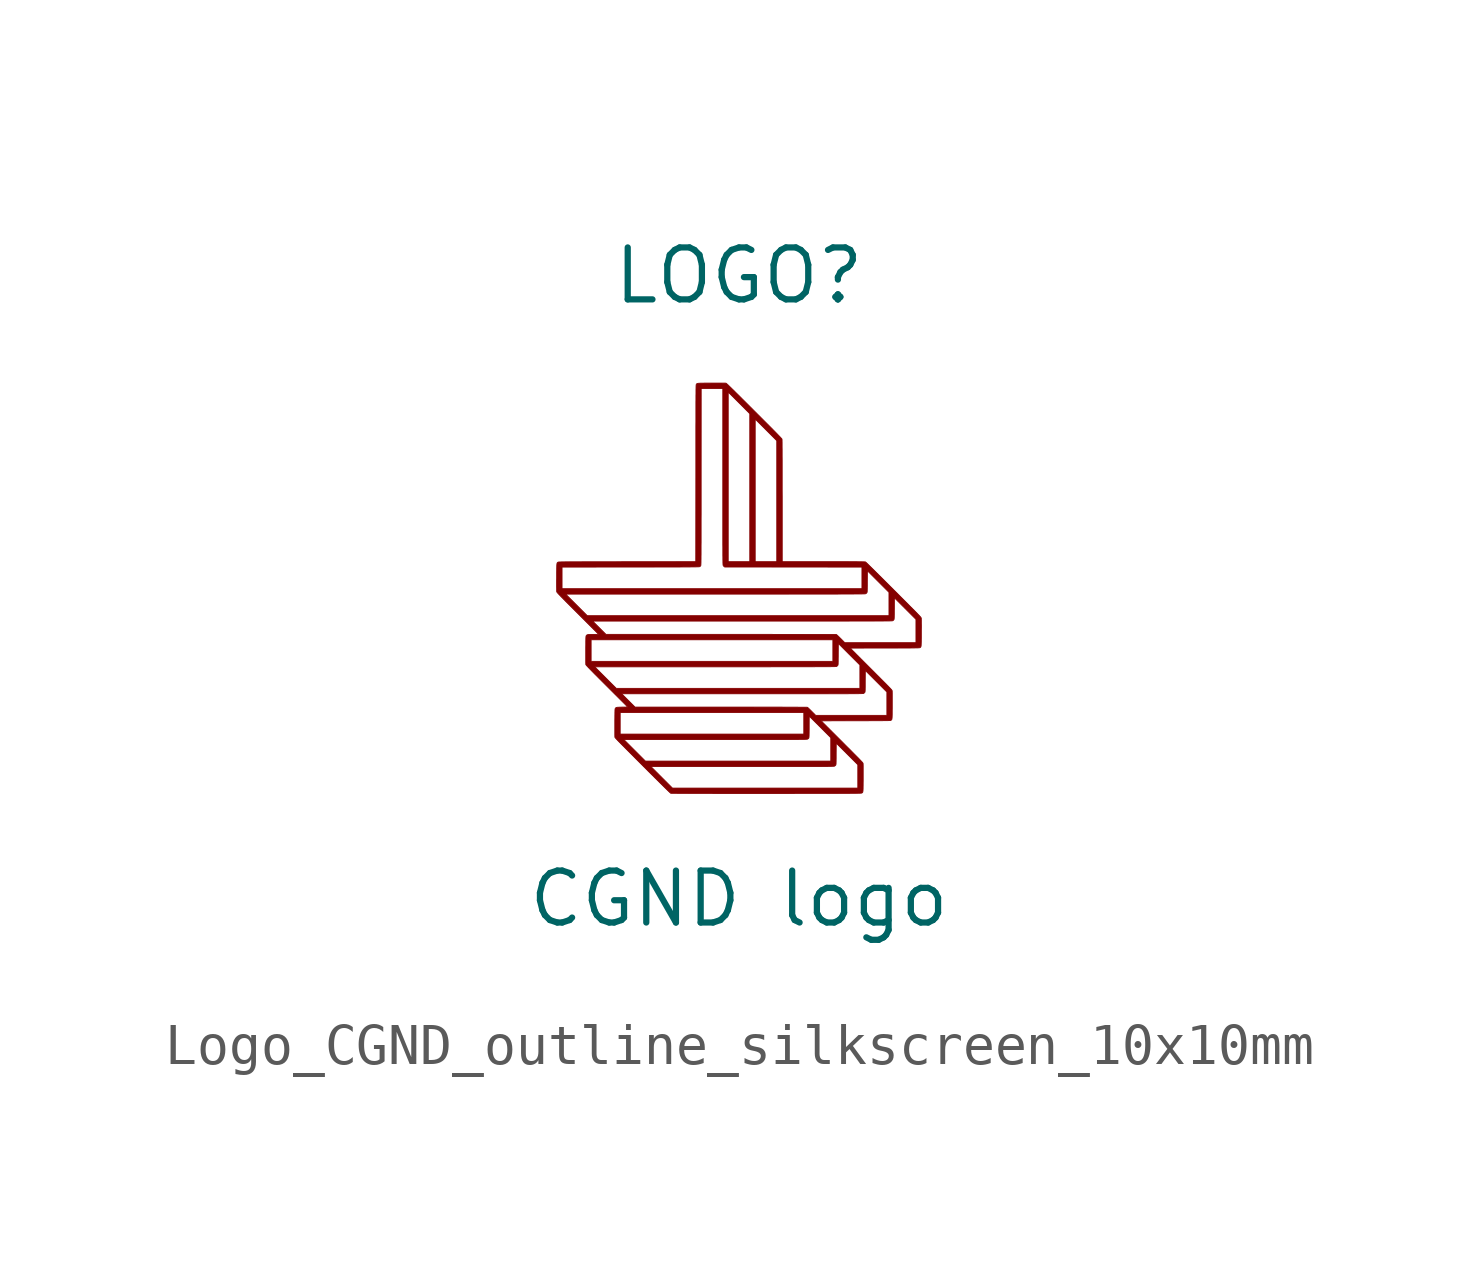
<source format=kicad_sym>
(kicad_symbol_lib
  (version 20231120)
  (generator "kicad_symbol_editor")
  (generator_version "8.0")
  (symbol "Logo_CGND_outline_silkscreen_10x10mm"
    (pin_names
      (offset 1.016))
    (property "Reference" "LOGO"
      (at 0 7.62 0)
      (effects (font (size 1.27 1.27))))
    (property "Value" "CGND logo"
      (at 0 -7.62 0)
      (effects (font (size 1.27 1.27))))
    (symbol "Logo_CGND_outline_silkscreen_10x10mm_0_0"
      (polyline (pts (xy 0.342 -5.043) (xy 0.503 -5.043) (xy 0.668 -5.043) (xy 0.701 -5.043) (xy 0.883 -5.043) (xy 1.055 -5.043) (xy 1.217 -5.043) (xy 1.37 -5.042) (xy 1.514 -5.042) (xy 1.649 -5.042) (xy 1.775 -5.042) (xy 1.894 -5.042) (xy 2.005 -5.042) (xy 2.107 -5.042) (xy 2.203 -5.042) (xy 2.292 -5.042) (xy 2.373 -5.042) (xy 2.448 -5.041) (xy 2.517 -5.041) (xy 2.58 -5.041) (xy 2.637 -5.041) (xy 2.689 -5.041) (xy 2.736 -5.04) (xy 2.777 -5.04) (xy 2.815 -5.04) (xy 2.847 -5.04) (xy 2.876 -5.039) (xy 2.901 -5.039) (xy 2.922 -5.038) (xy 2.941 -5.038) (xy 2.956 -5.038) (xy 2.968 -5.037) (xy 2.978 -5.037) (xy 2.986 -5.036) (xy 2.992 -5.035) (xy 2.997 -5.035) (xy 3 -5.034) (xy 3.002 -5.034) (xy 3.004 -5.033) (xy 3.004 -5.033) (xy 3.01 -5.029) (xy 3.015 -5.025) (xy 3.02 -5.021) (xy 3.024 -5.016) (xy 3.027 -5.009) (xy 3.029 -4.999) (xy 3.031 -4.986) (xy 3.033 -4.968) (xy 3.034 -4.946) (xy 3.035 -4.918) (xy 3.035 -4.883) (xy 3.036 -4.842) (xy 3.036 -4.792) (xy 3.037 -4.734) (xy 3.037 -4.666) (xy 3.037 -4.649) (xy 3.037 -4.592) (xy 3.037 -4.537) (xy 3.037 -4.487) (xy 3.037 -4.441) (xy 3.037 -4.401) (xy 3.037 -4.367) (xy 3.036 -4.34) (xy 3.036 -4.322) (xy 3.035 -4.313) (xy 3.035 -4.312) (xy 3.034 -4.309) (xy 3.033 -4.305) (xy 3.031 -4.301) (xy 3.028 -4.296) (xy 3.023 -4.289) (xy 3.016 -4.281) (xy 3.007 -4.27) (xy 2.995 -4.257) (xy 2.98 -4.242) (xy 2.962 -4.223) (xy 2.94 -4.2) (xy 2.915 -4.174) (xy 2.884 -4.143) (xy 2.849 -4.108) (xy 2.809 -4.068) (xy 2.764 -4.022) (xy 2.713 -3.97) (xy 2.655 -3.913) (xy 2.591 -3.849) (xy 2.521 -3.778) (xy 2.009 -3.267) (xy 2.855 -3.265) (xy 2.86 -3.265) (xy 2.969 -3.265) (xy 3.067 -3.265) (xy 3.157 -3.265) (xy 3.238 -3.264) (xy 3.31 -3.264) (xy 3.374 -3.264) (xy 3.432 -3.264) (xy 3.482 -3.264) (xy 3.526 -3.263) (xy 3.563 -3.263) (xy 3.596 -3.263) (xy 3.623 -3.262) (xy 3.646 -3.262) (xy 3.664 -3.261) (xy 3.679 -3.26) (xy 3.69 -3.26) (xy 3.699 -3.259) (xy 3.705 -3.258) (xy 3.71 -3.257) (xy 3.713 -3.256) (xy 3.715 -3.255) (xy 3.715 -3.255) (xy 3.721 -3.251) (xy 3.727 -3.247) (xy 3.731 -3.243) (xy 3.735 -3.238) (xy 3.738 -3.231) (xy 3.74 -3.221) (xy 3.742 -3.208) (xy 3.744 -3.19) (xy 3.745 -3.168) (xy 3.746 -3.14) (xy 3.747 -3.105) (xy 3.747 -3.064) (xy 3.747 -3.014) (xy 3.748 -2.956) (xy 3.748 -2.888) (xy 3.748 -2.871) (xy 3.748 -2.814) (xy 3.748 -2.759) (xy 3.748 -2.709) (xy 3.748 -2.663) (xy 3.748 -2.623) (xy 3.748 -2.589) (xy 3.747 -2.562) (xy 3.747 -2.544) (xy 3.746 -2.535) (xy 3.746 -2.534) (xy 3.746 -2.531) (xy 3.744 -2.527) (xy 3.742 -2.523) (xy 3.739 -2.518) (xy 3.734 -2.511) (xy 3.727 -2.503) (xy 3.718 -2.492) (xy 3.706 -2.479) (xy 3.692 -2.464) (xy 3.673 -2.445) (xy 3.652 -2.422) (xy 3.626 -2.396) (xy 3.596 -2.365) (xy 3.561 -2.33) (xy 3.521 -2.29) (xy 3.475 -2.244) (xy 3.424 -2.192) (xy 3.366 -2.135) (xy 3.303 -2.071) (xy 3.232 -2) (xy 2.72 -1.488) (xy 3.566 -1.487) (xy 3.572 -1.487) (xy 3.68 -1.487) (xy 3.779 -1.487) (xy 3.868 -1.487) (xy 3.949 -1.486) (xy 4.021 -1.486) (xy 4.086 -1.486) (xy 4.143 -1.486) (xy 4.193 -1.486) (xy 4.237 -1.485) (xy 4.275 -1.485) (xy 4.307 -1.484) (xy 4.334 -1.484) (xy 4.357 -1.484) (xy 4.375 -1.483) (xy 4.39 -1.482) (xy 4.401 -1.482) (xy 4.41 -1.481) (xy 4.416 -1.48) (xy 4.421 -1.479) (xy 4.424 -1.478) (xy 4.426 -1.477) (xy 4.426 -1.477) (xy 4.433 -1.473) (xy 4.438 -1.469) (xy 4.442 -1.465) (xy 4.446 -1.46) (xy 4.449 -1.453) (xy 4.452 -1.443) (xy 4.454 -1.43) (xy 4.455 -1.412) (xy 4.456 -1.39) (xy 4.457 -1.362) (xy 4.458 -1.327) (xy 4.458 -1.286) (xy 4.459 -1.236) (xy 4.459 -1.178) (xy 4.459 -1.11) (xy 4.459 -1.093) (xy 4.459 -1.036) (xy 4.46 -0.981) (xy 4.46 -0.931) (xy 4.459 -0.885) (xy 4.459 -0.845) (xy 4.459 -0.811) (xy 4.458 -0.784) (xy 4.458 -0.766) (xy 4.458 -0.757) (xy 4.457 -0.756) (xy 4.457 -0.753) (xy 4.456 -0.75) (xy 4.454 -0.746) (xy 4.451 -0.742) (xy 4.447 -0.736) (xy 4.441 -0.728) (xy 4.433 -0.719) (xy 4.422 -0.707) (xy 4.409 -0.693) (xy 4.394 -0.677) (xy 4.374 -0.657) (xy 4.352 -0.633) (xy 4.325 -0.606) (xy 4.295 -0.575) (xy 4.26 -0.54) (xy 4.22 -0.5) (xy 4.175 -0.455) (xy 4.125 -0.404) (xy 4.069 -0.348) (xy 4.007 -0.286) (xy 3.939 -0.218) (xy 3.865 -0.143) (xy 3.783 -0.062) (xy 3.772 -0.05) (xy 3.695 0.026) (xy 3.622 0.099) (xy 3.553 0.168) (xy 3.487 0.234) (xy 3.425 0.295) (xy 3.368 0.352) (xy 3.316 0.404) (xy 3.268 0.451) (xy 3.225 0.493) (xy 3.188 0.529) (xy 3.157 0.56) (xy 3.132 0.584) (xy 3.113 0.602) (xy 3.1 0.613) (xy 3.095 0.618) (xy 3.094 0.618) (xy 3.091 0.619) (xy 3.084 0.62) (xy 3.075 0.62) (xy 3.062 0.621) (xy 3.045 0.622) (xy 3.024 0.622) (xy 2.999 0.623) (xy 2.968 0.623) (xy 2.932 0.623) (xy 2.89 0.624) (xy 2.843 0.624) (xy 2.788 0.624) (xy 2.727 0.624) (xy 2.658 0.625) (xy 2.581 0.625) (xy 2.497 0.625) (xy 2.403 0.625) (xy 2.301 0.625) (xy 2.189 0.625) (xy 2.068 0.625) (xy 1.057 0.625) (xy 1.057 2.115) (xy 1.057 2.223) (xy 1.056 2.375) (xy 1.056 2.52) (xy 1.056 2.656) (xy 1.056 2.784) (xy 1.056 2.903) (xy 1.056 3.014) (xy 1.056 3.115) (xy 1.055 3.208) (xy 1.055 3.292) (xy 1.055 3.367) (xy 1.054 3.432) (xy 1.054 3.488) (xy 1.054 3.534) (xy 1.053 3.571) (xy 1.053 3.598) (xy 1.052 3.615) (xy 1.052 3.622) (xy 1.051 3.623) (xy 1.049 3.627) (xy 1.044 3.633) (xy 1.036 3.643) (xy 1.024 3.655) (xy 1.009 3.672) (xy 0.99 3.691) (xy 0.967 3.715) (xy 0.94 3.743) (xy 0.908 3.776) (xy 0.872 3.813) (xy 0.83 3.855) (xy 0.783 3.903) (xy 0.73 3.956) (xy 0.671 4.015) (xy 0.606 4.08) (xy 0.535 4.151) (xy 0.457 4.229) (xy 0.372 4.314) (xy 0.352 4.334) (xy 0.271 4.415) (xy 0.196 4.49) (xy 0.128 4.558) (xy 0.066 4.619) (xy 0.011 4.675) (xy -0.04 4.725) (xy -0.085 4.769) (xy -0.124 4.809) (xy -0.16 4.843) (xy -0.19 4.873) (xy -0.217 4.899) (xy -0.24 4.921) (xy -0.259 4.94) (xy -0.275 4.955) (xy -0.288 4.967) (xy -0.299 4.976) (xy -0.307 4.983) (xy -0.313 4.987) (xy -0.317 4.99) (xy -0.32 4.991) (xy -0.322 4.991) (xy -0.334 4.992) (xy -0.354 4.992) (xy -0.383 4.992) (xy -0.419 4.993) (xy -0.461 4.993) (xy -0.508 4.993) (xy -0.56 4.993) (xy -0.615 4.993) (xy -0.673 4.993) (xy -0.685 4.993) (xy -0.752 4.992) (xy -0.809 4.992) (xy -0.858 4.992) (xy -0.899 4.991) (xy -0.933 4.991) (xy -0.96 4.99) (xy -0.982 4.989) (xy -0.999 4.987) (xy -1.012 4.985) (xy -1.022 4.982) (xy -1.029 4.979) (xy -1.034 4.975) (xy -1.038 4.971) (xy -1.041 4.966) (xy -1.045 4.96) (xy -1.046 4.958) (xy -1.047 4.956) (xy -1.047 4.953) (xy -1.048 4.949) (xy -1.048 4.942) (xy -1.049 4.934) (xy -1.05 4.924) (xy -1.05 4.912) (xy -1.05 4.896) (xy -1.051 4.878) (xy -1.051 4.856) (xy -1.052 4.831) (xy -1.052 4.802) (xy -1.052 4.768) (xy -1.052 4.73) (xy -1.053 4.688) (xy -1.053 4.64) (xy -1.053 4.587) (xy -1.054 4.529) (xy -1.054 4.464) (xy -1.054 4.394) (xy -1.054 4.317) (xy -1.054 4.233) (xy -1.054 4.142) (xy -1.054 4.044) (xy -1.055 3.938) (xy -1.055 3.825) (xy -1.055 3.703) (xy -1.055 3.573) (xy -1.055 3.434) (xy -1.055 3.286) (xy -1.055 3.129) (xy -1.055 2.962) (xy -1.055 2.785) (xy -1.057 0.625) (xy -2.735 0.624) (xy -2.866 0.624) (xy -3.013 0.623) (xy -3.15 0.623) (xy -3.278 0.623) (xy -3.397 0.623) (xy -3.508 0.623) (xy -3.61 0.623) (xy -3.704 0.623) (xy -3.791 0.623) (xy -3.87 0.622) (xy -3.943 0.622) (xy -4.009 0.622) (xy -4.068 0.622) (xy -4.122 0.622) (xy -4.169 0.621) (xy -4.212 0.621) (xy -4.249 0.621) (xy -4.282 0.62) (xy -4.31 0.62) (xy -4.335 0.62) (xy -4.355 0.619) (xy -4.372 0.619) (xy -4.386 0.618) (xy -4.398 0.618) (xy -4.407 0.617) (xy -4.414 0.616) (xy -4.419 0.616) (xy -4.422 0.615) (xy -4.425 0.614) (xy -4.426 0.613) (xy -4.427 0.613) (xy -4.433 0.609) (xy -4.438 0.605) (xy -4.443 0.601) (xy -4.446 0.596) (xy -4.449 0.589) (xy -4.452 0.579) (xy -4.454 0.565) (xy -4.455 0.547) (xy -4.457 0.524) (xy -4.457 0.496) (xy -4.458 0.461) (xy -4.458 0.419) (xy -4.459 0.368) (xy -4.459 0.31) (xy -4.459 0.242) (xy -4.459 0.229) (xy -4.328 0.229) (xy -4.328 0.493) (xy -2.65 0.494) (xy -2.519 0.494) (xy -2.372 0.494) (xy -2.235 0.494) (xy -2.107 0.494) (xy -1.988 0.495) (xy -1.877 0.495) (xy -1.775 0.495) (xy -1.681 0.495) (xy -1.594 0.495) (xy -1.515 0.495) (xy -1.442 0.495) (xy -1.376 0.496) (xy -1.317 0.496) (xy -1.263 0.496) (xy -1.216 0.496) (xy -1.173 0.497) (xy -1.136 0.497) (xy -1.103 0.497) (xy -1.075 0.498) (xy -1.05 0.498) (xy -1.03 0.499) (xy -1.012 0.499) (xy -0.998 0.499) (xy -0.987 0.5) (xy -0.978 0.501) (xy -0.971 0.501) (xy -0.966 0.502) (xy -0.963 0.503) (xy -0.96 0.503) (xy -0.959 0.504) (xy -0.947 0.514) (xy -0.936 0.527) (xy -0.935 0.528) (xy -0.935 0.53) (xy -0.934 0.533) (xy -0.933 0.538) (xy -0.933 0.544) (xy -0.932 0.552) (xy -0.932 0.562) (xy -0.931 0.575) (xy -0.931 0.59) (xy -0.93 0.609) (xy -0.93 0.63) (xy -0.93 0.656) (xy -0.929 0.685) (xy -0.929 0.718) (xy -0.929 0.756) (xy -0.928 0.799) (xy -0.928 0.846) (xy -0.928 0.899) (xy -0.928 0.958) (xy -0.928 1.022) (xy -0.927 1.093) (xy -0.927 1.17) (xy -0.927 1.254) (xy -0.927 1.344) (xy -0.927 1.442) (xy -0.927 1.548) (xy -0.927 1.662) (xy -0.926 1.783) (xy -0.926 1.913) (xy -0.926 2.052) (xy -0.926 2.2) (xy -0.926 2.358) (xy -0.926 2.524) (xy -0.926 2.701) (xy -0.925 4.862) (xy -0.66 4.862) (xy -0.396 4.862) (xy -0.396 2.706) (xy -0.396 2.699) (xy -0.264 2.699) (xy -0.264 4.773) (xy 0 4.509) (xy 0.264 4.244) (xy 0.264 2.435) (xy 0.264 2.369) (xy 0.396 2.369) (xy 0.396 4.112) (xy 0.66 3.848) (xy 0.924 3.584) (xy 0.924 2.104) (xy 0.924 0.625) (xy 0.66 0.625) (xy 0.396 0.625) (xy 0.396 2.369) (xy 0.264 2.369) (xy 0.264 0.625) (xy 0 0.625) (xy -0.264 0.625) (xy -0.264 2.699) (xy -0.396 2.699) (xy -0.396 2.575) (xy -0.396 2.406) (xy -0.396 2.246) (xy -0.396 2.096) (xy -0.396 1.955) (xy -0.396 1.823) (xy -0.396 1.699) (xy -0.396 1.584) (xy -0.396 1.476) (xy -0.396 1.376) (xy -0.396 1.284) (xy -0.396 1.198) (xy -0.396 1.119) (xy -0.396 1.047) (xy -0.395 0.982) (xy -0.395 0.922) (xy -0.395 0.867) (xy -0.395 0.818) (xy -0.395 0.775) (xy -0.394 0.736) (xy -0.394 0.701) (xy -0.394 0.671) (xy -0.393 0.645) (xy -0.393 0.622) (xy -0.393 0.603) (xy -0.392 0.586) (xy -0.392 0.573) (xy -0.391 0.562) (xy -0.391 0.553) (xy -0.39 0.547) (xy -0.39 0.542) (xy -0.389 0.538) (xy -0.388 0.536) (xy -0.387 0.534) (xy -0.387 0.533) (xy -0.377 0.518) (xy -0.364 0.506) (xy -0.35 0.495) (xy 1.329 0.494) (xy 3.007 0.493) (xy 3.007 0.229) (xy 3.007 -0.035) (xy -0.66 -0.035) (xy -4.328 -0.035) (xy -4.328 0.229) (xy -4.459 0.229) (xy -4.459 0.219) (xy -4.46 0.162) (xy -4.46 0.108) (xy -4.46 0.058) (xy -4.46 0.012) (xy -4.459 -0.028) (xy -4.459 -0.061) (xy -4.459 -0.086) (xy -4.458 -0.104) (xy -4.458 -0.112) (xy -4.457 -0.113) (xy -4.455 -0.117) (xy -4.451 -0.123) (xy -4.445 -0.131) (xy -4.436 -0.141) (xy -4.425 -0.153) (xy -4.412 -0.168) (xy -4.239 -0.168) (xy -0.579 -0.168) (xy -0.564 -0.168) (xy -0.333 -0.168) (xy -0.112 -0.168) (xy 0.099 -0.168) (xy 0.301 -0.168) (xy 0.493 -0.168) (xy 0.677 -0.168) (xy 0.852 -0.168) (xy 1.017 -0.168) (xy 1.175 -0.168) (xy 1.324 -0.167) (xy 1.466 -0.167) (xy 1.599 -0.167) (xy 1.726 -0.167) (xy 1.844 -0.167) (xy 1.956 -0.167) (xy 2.061 -0.167) (xy 2.159 -0.167) (xy 2.251 -0.167) (xy 2.337 -0.167) (xy 2.416 -0.167) (xy 2.49 -0.166) (xy 2.558 -0.166) (xy 2.622 -0.166) (xy 2.679 -0.166) (xy 2.732 -0.166) (xy 2.78 -0.166) (xy 2.824 -0.165) (xy 2.864 -0.165) (xy 2.899 -0.165) (xy 2.931 -0.165) (xy 2.959 -0.164) (xy 2.984 -0.164) (xy 3.006 -0.164) (xy 3.024 -0.163) (xy 3.04 -0.163) (xy 3.054 -0.163) (xy 3.065 -0.162) (xy 3.074 -0.162) (xy 3.082 -0.161) (xy 3.087 -0.161) (xy 3.092 -0.16) (xy 3.095 -0.16) (xy 3.097 -0.159) (xy 3.098 -0.159) (xy 3.099 -0.158) (xy 3.114 -0.148) (xy 3.126 -0.136) (xy 3.127 -0.135) (xy 3.129 -0.132) (xy 3.131 -0.127) (xy 3.132 -0.122) (xy 3.134 -0.114) (xy 3.135 -0.102) (xy 3.136 -0.087) (xy 3.136 -0.066) (xy 3.137 -0.04) (xy 3.137 -0.007) (xy 3.138 0.034) (xy 3.138 0.083) (xy 3.138 0.141) (xy 3.14 0.404) (xy 3.404 0.14) (xy 3.668 -0.124) (xy 3.668 -0.41) (xy 3.668 -0.696) (xy -0.022 -0.696) (xy -3.711 -0.696) (xy -3.975 -0.432) (xy -4.239 -0.168) (xy -4.412 -0.168) (xy -4.41 -0.169) (xy -4.392 -0.188) (xy -4.37 -0.211) (xy -4.344 -0.238) (xy -4.313 -0.269) (xy -4.278 -0.305) (xy -4.237 -0.347) (xy -4.191 -0.393) (xy -4.138 -0.446) (xy -4.08 -0.504) (xy -4.015 -0.569) (xy -3.943 -0.641) (xy -3.756 -0.828) (xy -3.579 -0.828) (xy 0.081 -0.828) (xy 0.097 -0.828) (xy 0.328 -0.828) (xy 0.548 -0.828) (xy 0.76 -0.828) (xy 0.962 -0.828) (xy 1.154 -0.828) (xy 1.337 -0.828) (xy 1.512 -0.828) (xy 1.678 -0.828) (xy 1.835 -0.828) (xy 1.985 -0.828) (xy 2.126 -0.828) (xy 2.26 -0.828) (xy 2.386 -0.828) (xy 2.505 -0.828) (xy 2.617 -0.828) (xy 2.721 -0.827) (xy 2.82 -0.827) (xy 2.912 -0.827) (xy 2.997 -0.827) (xy 3.077 -0.827) (xy 3.151 -0.827) (xy 3.219 -0.827) (xy 3.282 -0.827) (xy 3.34 -0.826) (xy 3.393 -0.826) (xy 3.441 -0.826) (xy 3.485 -0.826) (xy 3.524 -0.826) (xy 3.56 -0.825) (xy 3.592 -0.825) (xy 3.62 -0.825) (xy 3.644 -0.824) (xy 3.666 -0.824) (xy 3.685 -0.824) (xy 3.701 -0.823) (xy 3.714 -0.823) (xy 3.725 -0.823) (xy 3.735 -0.822) (xy 3.742 -0.822) (xy 3.748 -0.821) (xy 3.752 -0.821) (xy 3.755 -0.82) (xy 3.757 -0.82) (xy 3.759 -0.819) (xy 3.76 -0.819) (xy 3.775 -0.808) (xy 3.787 -0.796) (xy 3.787 -0.795) (xy 3.789 -0.792) (xy 3.791 -0.788) (xy 3.793 -0.782) (xy 3.794 -0.774) (xy 3.795 -0.763) (xy 3.796 -0.747) (xy 3.797 -0.727) (xy 3.797 -0.7) (xy 3.798 -0.667) (xy 3.798 -0.627) (xy 3.798 -0.578) (xy 3.799 -0.519) (xy 3.8 -0.257) (xy 4.064 -0.521) (xy 4.328 -0.785) (xy 4.328 -1.071) (xy 4.328 -1.356) (xy 3.458 -1.356) (xy 2.587 -1.356) (xy 2.492 -1.259) (xy 2.466 -1.234) (xy 2.442 -1.21) (xy 2.421 -1.19) (xy 2.403 -1.173) (xy 2.39 -1.162) (xy 2.384 -1.158) (xy 2.383 -1.158) (xy 2.376 -1.157) (xy 2.359 -1.157) (xy 2.332 -1.157) (xy 2.296 -1.157) (xy 2.25 -1.156) (xy 2.195 -1.156) (xy 2.132 -1.156) (xy 2.06 -1.155) (xy 1.98 -1.155) (xy 1.891 -1.155) (xy 1.795 -1.155) (xy 1.691 -1.155) (xy 1.58 -1.154) (xy 1.462 -1.154) (xy 1.336 -1.154) (xy 1.204 -1.154) (xy 1.065 -1.154) (xy 0.92 -1.154) (xy 0.769 -1.153) (xy 0.612 -1.153) (xy 0.449 -1.153) (xy 0.281 -1.153) (xy 0.108 -1.153) (xy -0.071 -1.153) (xy -0.254 -1.153) (xy -0.441 -1.153) (xy -3.254 -1.153) (xy -3.416 -0.991) (xy -3.579 -0.828) (xy -3.756 -0.828) (xy -3.432 -1.153) (xy -3.567 -1.154) (xy -3.576 -1.154) (xy -3.617 -1.155) (xy -3.65 -1.156) (xy -3.675 -1.157) (xy -3.694 -1.159) (xy -3.707 -1.162) (xy -3.718 -1.166) (xy -3.725 -1.171) (xy -3.731 -1.178) (xy -3.738 -1.187) (xy -3.739 -1.19) (xy -3.741 -1.195) (xy -3.742 -1.201) (xy -3.743 -1.21) (xy -3.744 -1.223) (xy -3.745 -1.24) (xy -3.746 -1.261) (xy -3.746 -1.288) (xy -3.747 -1.322) (xy -3.747 -1.363) (xy -3.747 -1.412) (xy -3.748 -1.47) (xy -3.748 -1.536) (xy -3.748 -1.549) (xy -3.617 -1.549) (xy -3.617 -1.285) (xy -0.66 -1.285) (xy 2.296 -1.285) (xy 2.296 -1.549) (xy 2.296 -1.813) (xy -0.66 -1.813) (xy -3.617 -1.813) (xy -3.617 -1.549) (xy -3.748 -1.549) (xy -3.748 -1.559) (xy -3.748 -1.616) (xy -3.748 -1.67) (xy -3.748 -1.72) (xy -3.748 -1.766) (xy -3.748 -1.806) (xy -3.748 -1.839) (xy -3.747 -1.864) (xy -3.747 -1.882) (xy -3.747 -1.89) (xy -3.746 -1.891) (xy -3.744 -1.895) (xy -3.74 -1.901) (xy -3.734 -1.909) (xy -3.725 -1.919) (xy -3.714 -1.931) (xy -3.701 -1.946) (xy -3.528 -1.946) (xy -0.579 -1.946) (xy -0.469 -1.946) (xy -0.267 -1.946) (xy -0.075 -1.946) (xy 0.108 -1.946) (xy 0.281 -1.946) (xy 0.446 -1.946) (xy 0.601 -1.946) (xy 0.748 -1.946) (xy 0.887 -1.945) (xy 1.017 -1.945) (xy 1.14 -1.945) (xy 1.255 -1.945) (xy 1.363 -1.945) (xy 1.464 -1.945) (xy 1.558 -1.945) (xy 1.645 -1.945) (xy 1.726 -1.945) (xy 1.801 -1.945) (xy 1.869 -1.944) (xy 1.933 -1.944) (xy 1.99 -1.944) (xy 2.043 -1.944) (xy 2.091 -1.944) (xy 2.134 -1.944) (xy 2.172 -1.943) (xy 2.207 -1.943) (xy 2.237 -1.943) (xy 2.264 -1.942) (xy 2.288 -1.942) (xy 2.308 -1.942) (xy 2.325 -1.941) (xy 2.34 -1.941) (xy 2.352 -1.94) (xy 2.361 -1.94) (xy 2.369 -1.94) (xy 2.375 -1.939) (xy 2.38 -1.938) (xy 2.383 -1.938) (xy 2.386 -1.937) (xy 2.387 -1.937) (xy 2.388 -1.936) (xy 2.403 -1.926) (xy 2.415 -1.913) (xy 2.416 -1.913) (xy 2.418 -1.909) (xy 2.42 -1.905) (xy 2.421 -1.9) (xy 2.423 -1.891) (xy 2.424 -1.88) (xy 2.425 -1.865) (xy 2.425 -1.844) (xy 2.426 -1.818) (xy 2.426 -1.785) (xy 2.426 -1.744) (xy 2.427 -1.695) (xy 2.427 -1.637) (xy 2.429 -1.374) (xy 2.692 -1.638) (xy 2.957 -1.902) (xy 2.957 -2.188) (xy 2.957 -2.474) (xy -0.022 -2.474) (xy -3 -2.474) (xy -3.264 -2.21) (xy -3.528 -1.946) (xy -3.701 -1.946) (xy -3.699 -1.947) (xy -3.681 -1.966) (xy -3.659 -1.989) (xy -3.633 -2.016) (xy -3.602 -2.047) (xy -3.567 -2.083) (xy -3.526 -2.125) (xy -3.479 -2.171) (xy -3.427 -2.224) (xy -3.369 -2.282) (xy -3.304 -2.347) (xy -3.232 -2.419) (xy -3.045 -2.606) (xy -2.868 -2.606) (xy 0.081 -2.606) (xy 0.191 -2.606) (xy 0.393 -2.606) (xy 0.585 -2.606) (xy 0.768 -2.606) (xy 0.942 -2.606) (xy 1.106 -2.606) (xy 1.262 -2.606) (xy 1.409 -2.606) (xy 1.547 -2.606) (xy 1.678 -2.606) (xy 1.801 -2.606) (xy 1.916 -2.606) (xy 2.024 -2.606) (xy 2.124 -2.606) (xy 2.218 -2.605) (xy 2.305 -2.605) (xy 2.386 -2.605) (xy 2.461 -2.605) (xy 2.53 -2.605) (xy 2.593 -2.605) (xy 2.651 -2.605) (xy 2.704 -2.604) (xy 2.751 -2.604) (xy 2.794 -2.604) (xy 2.833 -2.604) (xy 2.867 -2.603) (xy 2.898 -2.603) (xy 2.925 -2.603) (xy 2.948 -2.602) (xy 2.968 -2.602) (xy 2.986 -2.602) (xy 3 -2.601) (xy 3.012 -2.601) (xy 3.022 -2.6) (xy 3.03 -2.6) (xy 3.036 -2.599) (xy 3.04 -2.599) (xy 3.044 -2.598) (xy 3.046 -2.598) (xy 3.048 -2.597) (xy 3.049 -2.597) (xy 3.063 -2.586) (xy 3.075 -2.574) (xy 3.076 -2.573) (xy 3.078 -2.57) (xy 3.08 -2.566) (xy 3.082 -2.56) (xy 3.083 -2.552) (xy 3.084 -2.541) (xy 3.085 -2.525) (xy 3.086 -2.505) (xy 3.086 -2.478) (xy 3.087 -2.445) (xy 3.087 -2.405) (xy 3.087 -2.356) (xy 3.087 -2.297) (xy 3.089 -2.035) (xy 3.353 -2.299) (xy 3.617 -2.563) (xy 3.617 -2.849) (xy 3.617 -3.134) (xy 2.747 -3.134) (xy 1.876 -3.134) (xy 1.78 -3.037) (xy 1.755 -3.012) (xy 1.731 -2.988) (xy 1.71 -2.968) (xy 1.692 -2.951) (xy 1.679 -2.94) (xy 1.673 -2.936) (xy 1.67 -2.936) (xy 1.658 -2.935) (xy 1.635 -2.935) (xy 1.604 -2.934) (xy 1.563 -2.934) (xy 1.514 -2.934) (xy 1.456 -2.934) (xy 1.389 -2.933) (xy 1.314 -2.933) (xy 1.231 -2.933) (xy 1.141 -2.933) (xy 1.043 -2.932) (xy 0.939 -2.932) (xy 0.827 -2.932) (xy 0.709 -2.932) (xy 0.584 -2.932) (xy 0.454 -2.932) (xy 0.318 -2.931) (xy 0.176 -2.931) (xy 0.029 -2.931) (xy -0.123 -2.931) (xy -0.28 -2.931) (xy -0.441 -2.931) (xy -2.543 -2.931) (xy -2.705 -2.769) (xy -2.868 -2.606) (xy -3.045 -2.606) (xy -2.721 -2.93) (xy -2.856 -2.932) (xy -2.865 -2.932) (xy -2.906 -2.933) (xy -2.938 -2.934) (xy -2.963 -2.935) (xy -2.982 -2.937) (xy -2.996 -2.94) (xy -3.006 -2.944) (xy -3.014 -2.949) (xy -3.02 -2.956) (xy -3.026 -2.965) (xy -3.028 -2.968) (xy -3.03 -2.973) (xy -3.031 -2.979) (xy -3.032 -2.988) (xy -3.033 -3.001) (xy -3.034 -3.018) (xy -3.034 -3.039) (xy -3.035 -3.067) (xy -3.035 -3.1) (xy -3.036 -3.141) (xy -3.036 -3.19) (xy -3.037 -3.248) (xy -3.037 -3.314) (xy -3.037 -3.327) (xy -2.906 -3.327) (xy -2.906 -3.063) (xy -0.66 -3.063) (xy 1.585 -3.063) (xy 1.585 -3.327) (xy 1.585 -3.591) (xy -0.66 -3.591) (xy -2.906 -3.591) (xy -2.906 -3.327) (xy -3.037 -3.327) (xy -3.037 -3.337) (xy -3.037 -3.394) (xy -3.037 -3.448) (xy -3.037 -3.498) (xy -3.037 -3.544) (xy -3.037 -3.583) (xy -3.037 -3.617) (xy -3.036 -3.642) (xy -3.036 -3.66) (xy -3.035 -3.668) (xy -3.035 -3.668) (xy -3.034 -3.671) (xy -3.031 -3.676) (xy -3.026 -3.683) (xy -3.018 -3.691) (xy -3.008 -3.703) (xy -2.996 -3.716) (xy -2.989 -3.724) (xy -2.817 -3.724) (xy -0.579 -3.724) (xy -0.509 -3.724) (xy -0.333 -3.724) (xy -0.166 -3.724) (xy -0.009 -3.724) (xy 0.138 -3.724) (xy 0.277 -3.724) (xy 0.407 -3.724) (xy 0.529 -3.723) (xy 0.642 -3.723) (xy 0.748 -3.723) (xy 0.847 -3.723) (xy 0.938 -3.723) (xy 1.022 -3.723) (xy 1.099 -3.723) (xy 1.17 -3.723) (xy 1.235 -3.723) (xy 1.294 -3.722) (xy 1.347 -3.722) (xy 1.395 -3.722) (xy 1.438 -3.722) (xy 1.477 -3.721) (xy 1.511 -3.721) (xy 1.541 -3.721) (xy 1.567 -3.721) (xy 1.589 -3.72) (xy 1.608 -3.72) (xy 1.624 -3.719) (xy 1.637 -3.719) (xy 1.648 -3.718) (xy 1.657 -3.718) (xy 1.663 -3.717) (xy 1.668 -3.717) (xy 1.672 -3.716) (xy 1.674 -3.715) (xy 1.676 -3.715) (xy 1.677 -3.714) (xy 1.692 -3.704) (xy 1.704 -3.692) (xy 1.704 -3.691) (xy 1.707 -3.688) (xy 1.708 -3.683) (xy 1.71 -3.678) (xy 1.711 -3.67) (xy 1.712 -3.658) (xy 1.713 -3.643) (xy 1.714 -3.622) (xy 1.714 -3.596) (xy 1.715 -3.563) (xy 1.715 -3.522) (xy 1.716 -3.473) (xy 1.716 -3.415) (xy 1.717 -3.152) (xy 1.981 -3.416) (xy 2.245 -3.68) (xy 2.245 -3.966) (xy 2.245 -4.252) (xy -0.022 -4.252) (xy -2.289 -4.252) (xy -2.553 -3.988) (xy -2.817 -3.724) (xy -2.989 -3.724) (xy -2.98 -3.733) (xy -2.961 -3.753) (xy -2.938 -3.777) (xy -2.911 -3.804) (xy -2.88 -3.836) (xy -2.844 -3.872) (xy -2.803 -3.913) (xy -2.757 -3.96) (xy -2.706 -4.011) (xy -2.649 -4.068) (xy -2.586 -4.131) (xy -2.517 -4.201) (xy -2.441 -4.277) (xy -2.358 -4.36) (xy -2.334 -4.384) (xy -2.156 -4.384) (xy 0.081 -4.384) (xy 0.152 -4.384) (xy 0.328 -4.384) (xy 0.494 -4.384) (xy 0.651 -4.384) (xy 0.799 -4.384) (xy 0.938 -4.384) (xy 1.067 -4.384) (xy 1.189 -4.384) (xy 1.303 -4.384) (xy 1.409 -4.384) (xy 1.507 -4.384) (xy 1.598 -4.384) (xy 1.682 -4.383) (xy 1.759 -4.383) (xy 1.83 -4.383) (xy 1.895 -4.383) (xy 1.954 -4.383) (xy 2.008 -4.383) (xy 2.056 -4.382) (xy 2.099 -4.382) (xy 2.137 -4.382) (xy 2.171 -4.382) (xy 2.201 -4.381) (xy 2.227 -4.381) (xy 2.249 -4.381) (xy 2.268 -4.38) (xy 2.284 -4.38) (xy 2.298 -4.379) (xy 2.308 -4.379) (xy 2.317 -4.378) (xy 2.324 -4.378) (xy 2.329 -4.377) (xy 2.332 -4.377) (xy 2.335 -4.376) (xy 2.336 -4.375) (xy 2.337 -4.375) (xy 2.352 -4.364) (xy 2.364 -4.352) (xy 2.365 -4.351) (xy 2.367 -4.348) (xy 2.369 -4.344) (xy 2.37 -4.338) (xy 2.372 -4.33) (xy 2.373 -4.319) (xy 2.374 -4.303) (xy 2.374 -4.283) (xy 2.375 -4.256) (xy 2.375 -4.223) (xy 2.376 -4.183) (xy 2.376 -4.133) (xy 2.376 -4.075) (xy 2.378 -3.813) (xy 2.642 -4.077) (xy 2.906 -4.341) (xy 2.906 -4.627) (xy 2.906 -4.912) (xy 0.639 -4.912) (xy -1.628 -4.912) (xy -1.892 -4.648) (xy -2.156 -4.384) (xy -2.334 -4.384) (xy -2.295 -4.423) (xy -2.208 -4.511) (xy -2.127 -4.591) (xy -2.054 -4.664) (xy -1.987 -4.73) (xy -1.927 -4.79) (xy -1.874 -4.842) (xy -1.827 -4.889) (xy -1.786 -4.929) (xy -1.752 -4.962) (xy -1.723 -4.99) (xy -1.701 -5.011) (xy -1.685 -5.026) (xy -1.674 -5.035) (xy -1.669 -5.039) (xy -1.669 -5.039) (xy -1.662 -5.039) (xy -1.645 -5.04) (xy -1.619 -5.04) (xy -1.583 -5.04) (xy -1.538 -5.04) (xy -1.485 -5.041) (xy -1.423 -5.041) (xy -1.353 -5.041) (xy -1.274 -5.041) (xy -1.188 -5.042) (xy -1.095 -5.042) (xy -0.995 -5.042) (xy -0.887 -5.042) (xy -0.773 -5.042) (xy -0.653 -5.042) (xy -0.527 -5.043) (xy -0.395 -5.043) (xy -0.258 -5.043) (xy -0.115 -5.043) (xy 0.033 -5.043) (xy 0.185 -5.043) (xy 0.342 -5.043)) (stroke (width 0.01) (type default)) (fill (type outline))))))
</source>
